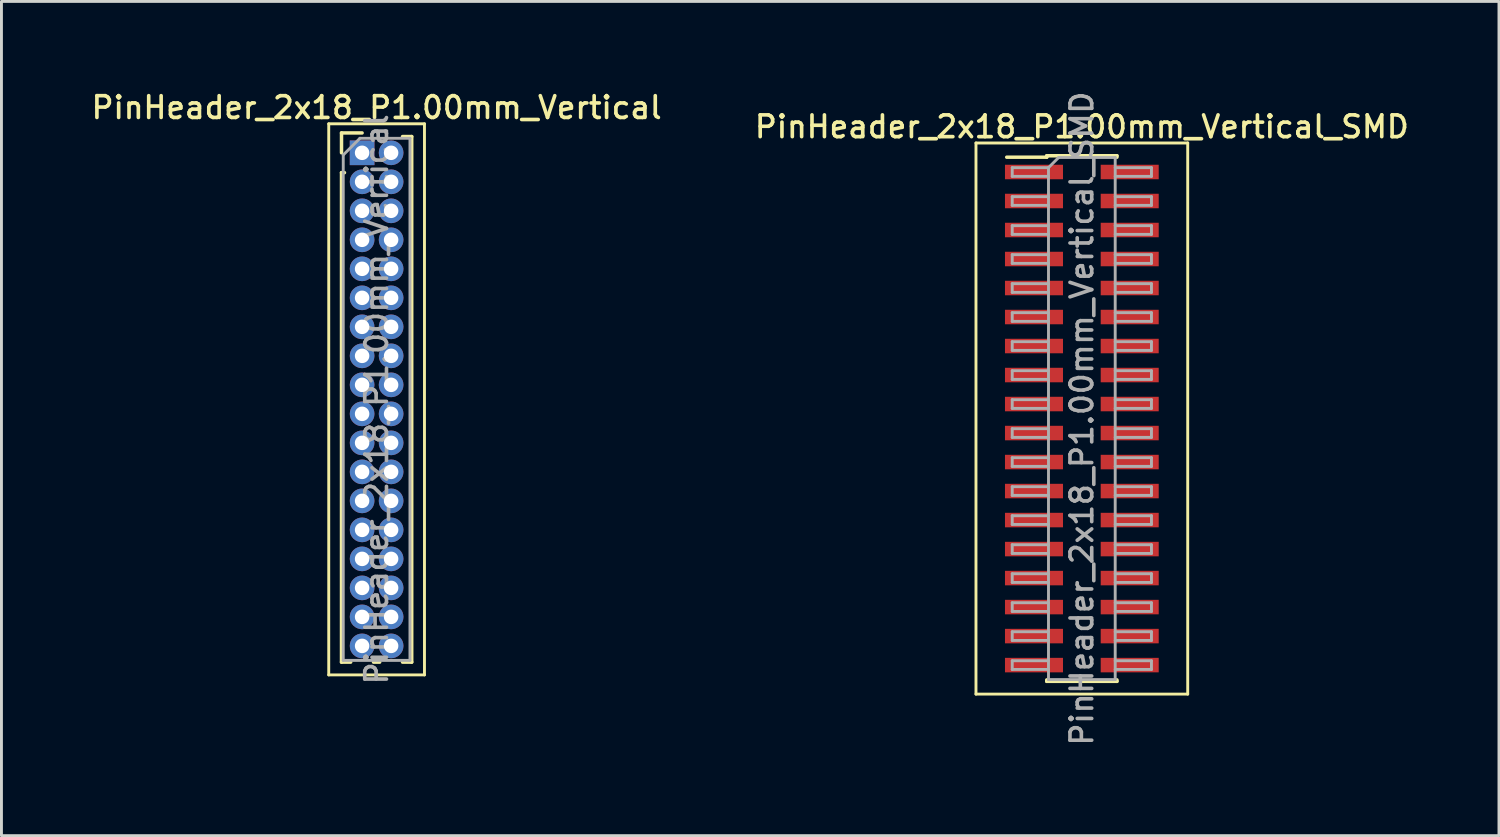
<source format=kicad_pcb>
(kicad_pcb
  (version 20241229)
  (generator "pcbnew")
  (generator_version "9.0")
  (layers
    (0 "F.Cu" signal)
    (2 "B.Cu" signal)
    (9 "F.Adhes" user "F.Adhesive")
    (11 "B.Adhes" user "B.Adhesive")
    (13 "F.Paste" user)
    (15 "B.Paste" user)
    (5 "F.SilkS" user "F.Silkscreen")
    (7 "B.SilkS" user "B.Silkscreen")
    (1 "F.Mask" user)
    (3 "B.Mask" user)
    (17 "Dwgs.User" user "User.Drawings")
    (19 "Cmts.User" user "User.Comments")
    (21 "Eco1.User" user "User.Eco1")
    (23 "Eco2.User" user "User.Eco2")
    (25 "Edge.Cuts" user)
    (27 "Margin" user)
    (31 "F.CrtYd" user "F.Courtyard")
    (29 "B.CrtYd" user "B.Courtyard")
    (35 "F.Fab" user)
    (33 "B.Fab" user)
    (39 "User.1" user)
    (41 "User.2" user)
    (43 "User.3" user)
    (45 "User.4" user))
  (footprint "PinHeader_2x18_P1.00mm_Vertical_SMD"
    (layer "F.Cu")
    (at 34.248 11.38)
    (property "Reference" "PinHeader_2x18_P1.00mm_Vertical_SMD" (at 0 -10.06 0) (layer "F.SilkS") (effects (font (size 0.75 0.75) (thickness 0.125))))
    (attr smd)
    (fp_line (start -3.65 -9.5) (end -3.65 9.5) (stroke (width 0.1) (type solid)) (layer "F.SilkS"))
    (fp_line (start -3.65 9.5) (end 3.65 9.5) (stroke (width 0.1) (type solid)) (layer "F.SilkS"))
    (fp_line (start -2.59 -9.01) (end -1.21 -9.01) (stroke (width 0.12) (type solid)) (layer "F.SilkS"))
    (fp_line (start -1.21 -9.06) (end -1.21 -9.01) (stroke (width 0.12) (type solid)) (layer "F.SilkS"))
    (fp_line (start -1.21 -9.06) (end 1.21 -9.06) (stroke (width 0.12) (type solid)) (layer "F.SilkS"))
    (fp_line (start -1.21 9.01) (end -1.21 9.06) (stroke (width 0.12) (type solid)) (layer "F.SilkS"))
    (fp_line (start -1.21 9.06) (end 1.21 9.06) (stroke (width 0.12) (type solid)) (layer "F.SilkS"))
    (fp_line (start 1.21 -9.06) (end 1.21 -9.01) (stroke (width 0.12) (type solid)) (layer "F.SilkS"))
    (fp_line (start 1.21 9.01) (end 1.21 9.06) (stroke (width 0.12) (type solid)) (layer "F.SilkS"))
    (fp_line (start 3.65 -9.5) (end -3.65 -9.5) (stroke (width 0.1) (type solid)) (layer "F.SilkS"))
    (fp_line (start 3.65 9.5) (end 3.65 -9.5) (stroke (width 0.1) (type solid)) (layer "F.SilkS"))
    (fp_line (start -2.4 -8.65) (end -2.4 -8.35) (stroke (width 0.1) (type solid)) (layer "F.Fab"))
    (fp_line (start -2.4 -8.35) (end -1.15 -8.35) (stroke (width 0.1) (type solid)) (layer "F.Fab"))
    (fp_line (start -2.4 -7.65) (end -2.4 -7.35) (stroke (width 0.1) (type solid)) (layer "F.Fab"))
    (fp_line (start -2.4 -7.35) (end -1.15 -7.35) (stroke (width 0.1) (type solid)) (layer "F.Fab"))
    (fp_line (start -2.4 -6.65) (end -2.4 -6.35) (stroke (width 0.1) (type solid)) (layer "F.Fab"))
    (fp_line (start -2.4 -6.35) (end -1.15 -6.35) (stroke (width 0.1) (type solid)) (layer "F.Fab"))
    (fp_line (start -2.4 -5.65) (end -2.4 -5.35) (stroke (width 0.1) (type solid)) (layer "F.Fab"))
    (fp_line (start -2.4 -5.35) (end -1.15 -5.35) (stroke (width 0.1) (type solid)) (layer "F.Fab"))
    (fp_line (start -2.4 -4.65) (end -2.4 -4.35) (stroke (width 0.1) (type solid)) (layer "F.Fab"))
    (fp_line (start -2.4 -4.35) (end -1.15 -4.35) (stroke (width 0.1) (type solid)) (layer "F.Fab"))
    (fp_line (start -2.4 -3.65) (end -2.4 -3.35) (stroke (width 0.1) (type solid)) (layer "F.Fab"))
    (fp_line (start -2.4 -3.35) (end -1.15 -3.35) (stroke (width 0.1) (type solid)) (layer "F.Fab"))
    (fp_line (start -2.4 -2.65) (end -2.4 -2.35) (stroke (width 0.1) (type solid)) (layer "F.Fab"))
    (fp_line (start -2.4 -2.35) (end -1.15 -2.35) (stroke (width 0.1) (type solid)) (layer "F.Fab"))
    (fp_line (start -2.4 -1.65) (end -2.4 -1.35) (stroke (width 0.1) (type solid)) (layer "F.Fab"))
    (fp_line (start -2.4 -1.35) (end -1.15 -1.35) (stroke (width 0.1) (type solid)) (layer "F.Fab"))
    (fp_line (start -2.4 -0.65) (end -2.4 -0.35) (stroke (width 0.1) (type solid)) (layer "F.Fab"))
    (fp_line (start -2.4 -0.35) (end -1.15 -0.35) (stroke (width 0.1) (type solid)) (layer "F.Fab"))
    (fp_line (start -2.4 0.35) (end -2.4 0.65) (stroke (width 0.1) (type solid)) (layer "F.Fab"))
    (fp_line (start -2.4 0.65) (end -1.15 0.65) (stroke (width 0.1) (type solid)) (layer "F.Fab"))
    (fp_line (start -2.4 1.35) (end -2.4 1.65) (stroke (width 0.1) (type solid)) (layer "F.Fab"))
    (fp_line (start -2.4 1.65) (end -1.15 1.65) (stroke (width 0.1) (type solid)) (layer "F.Fab"))
    (fp_line (start -2.4 2.35) (end -2.4 2.65) (stroke (width 0.1) (type solid)) (layer "F.Fab"))
    (fp_line (start -2.4 2.65) (end -1.15 2.65) (stroke (width 0.1) (type solid)) (layer "F.Fab"))
    (fp_line (start -2.4 3.35) (end -2.4 3.65) (stroke (width 0.1) (type solid)) (layer "F.Fab"))
    (fp_line (start -2.4 3.65) (end -1.15 3.65) (stroke (width 0.1) (type solid)) (layer "F.Fab"))
    (fp_line (start -2.4 4.35) (end -2.4 4.65) (stroke (width 0.1) (type solid)) (layer "F.Fab"))
    (fp_line (start -2.4 4.65) (end -1.15 4.65) (stroke (width 0.1) (type solid)) (layer "F.Fab"))
    (fp_line (start -2.4 5.35) (end -2.4 5.65) (stroke (width 0.1) (type solid)) (layer "F.Fab"))
    (fp_line (start -2.4 5.65) (end -1.15 5.65) (stroke (width 0.1) (type solid)) (layer "F.Fab"))
    (fp_line (start -2.4 6.35) (end -2.4 6.65) (stroke (width 0.1) (type solid)) (layer "F.Fab"))
    (fp_line (start -2.4 6.65) (end -1.15 6.65) (stroke (width 0.1) (type solid)) (layer "F.Fab"))
    (fp_line (start -2.4 7.35) (end -2.4 7.65) (stroke (width 0.1) (type solid)) (layer "F.Fab"))
    (fp_line (start -2.4 7.65) (end -1.15 7.65) (stroke (width 0.1) (type solid)) (layer "F.Fab"))
    (fp_line (start -2.4 8.35) (end -2.4 8.65) (stroke (width 0.1) (type solid)) (layer "F.Fab"))
    (fp_line (start -2.4 8.65) (end -1.15 8.65) (stroke (width 0.1) (type solid)) (layer "F.Fab"))
    (fp_line (start -1.15 -8.65) (end -2.4 -8.65) (stroke (width 0.1) (type solid)) (layer "F.Fab"))
    (fp_line (start -1.15 -8.65) (end -0.8 -9) (stroke (width 0.1) (type solid)) (layer "F.Fab"))
    (fp_line (start -1.15 -7.65) (end -2.4 -7.65) (stroke (width 0.1) (type solid)) (layer "F.Fab"))
    (fp_line (start -1.15 -6.65) (end -2.4 -6.65) (stroke (width 0.1) (type solid)) (layer "F.Fab"))
    (fp_line (start -1.15 -5.65) (end -2.4 -5.65) (stroke (width 0.1) (type solid)) (layer "F.Fab"))
    (fp_line (start -1.15 -4.65) (end -2.4 -4.65) (stroke (width 0.1) (type solid)) (layer "F.Fab"))
    (fp_line (start -1.15 -3.65) (end -2.4 -3.65) (stroke (width 0.1) (type solid)) (layer "F.Fab"))
    (fp_line (start -1.15 -2.65) (end -2.4 -2.65) (stroke (width 0.1) (type solid)) (layer "F.Fab"))
    (fp_line (start -1.15 -1.65) (end -2.4 -1.65) (stroke (width 0.1) (type solid)) (layer "F.Fab"))
    (fp_line (start -1.15 -0.65) (end -2.4 -0.65) (stroke (width 0.1) (type solid)) (layer "F.Fab"))
    (fp_line (start -1.15 0.35) (end -2.4 0.35) (stroke (width 0.1) (type solid)) (layer "F.Fab"))
    (fp_line (start -1.15 1.35) (end -2.4 1.35) (stroke (width 0.1) (type solid)) (layer "F.Fab"))
    (fp_line (start -1.15 2.35) (end -2.4 2.35) (stroke (width 0.1) (type solid)) (layer "F.Fab"))
    (fp_line (start -1.15 3.35) (end -2.4 3.35) (stroke (width 0.1) (type solid)) (layer "F.Fab"))
    (fp_line (start -1.15 4.35) (end -2.4 4.35) (stroke (width 0.1) (type solid)) (layer "F.Fab"))
    (fp_line (start -1.15 5.35) (end -2.4 5.35) (stroke (width 0.1) (type solid)) (layer "F.Fab"))
    (fp_line (start -1.15 6.35) (end -2.4 6.35) (stroke (width 0.1) (type solid)) (layer "F.Fab"))
    (fp_line (start -1.15 7.35) (end -2.4 7.35) (stroke (width 0.1) (type solid)) (layer "F.Fab"))
    (fp_line (start -1.15 8.35) (end -2.4 8.35) (stroke (width 0.1) (type solid)) (layer "F.Fab"))
    (fp_line (start -1.15 9) (end -1.15 -8.65) (stroke (width 0.1) (type solid)) (layer "F.Fab"))
    (fp_line (start -0.8 -9) (end 1.15 -9) (stroke (width 0.1) (type solid)) (layer "F.Fab"))
    (fp_line (start 1.15 -9) (end 1.15 9) (stroke (width 0.1) (type solid)) (layer "F.Fab"))
    (fp_line (start 1.15 -8.65) (end 2.4 -8.65) (stroke (width 0.1) (type solid)) (layer "F.Fab"))
    (fp_line (start 1.15 -7.65) (end 2.4 -7.65) (stroke (width 0.1) (type solid)) (layer "F.Fab"))
    (fp_line (start 1.15 -6.65) (end 2.4 -6.65) (stroke (width 0.1) (type solid)) (layer "F.Fab"))
    (fp_line (start 1.15 -5.65) (end 2.4 -5.65) (stroke (width 0.1) (type solid)) (layer "F.Fab"))
    (fp_line (start 1.15 -4.65) (end 2.4 -4.65) (stroke (width 0.1) (type solid)) (layer "F.Fab"))
    (fp_line (start 1.15 -3.65) (end 2.4 -3.65) (stroke (width 0.1) (type solid)) (layer "F.Fab"))
    (fp_line (start 1.15 -2.65) (end 2.4 -2.65) (stroke (width 0.1) (type solid)) (layer "F.Fab"))
    (fp_line (start 1.15 -1.65) (end 2.4 -1.65) (stroke (width 0.1) (type solid)) (layer "F.Fab"))
    (fp_line (start 1.15 -0.65) (end 2.4 -0.65) (stroke (width 0.1) (type solid)) (layer "F.Fab"))
    (fp_line (start 1.15 0.35) (end 2.4 0.35) (stroke (width 0.1) (type solid)) (layer "F.Fab"))
    (fp_line (start 1.15 1.35) (end 2.4 1.35) (stroke (width 0.1) (type solid)) (layer "F.Fab"))
    (fp_line (start 1.15 2.35) (end 2.4 2.35) (stroke (width 0.1) (type solid)) (layer "F.Fab"))
    (fp_line (start 1.15 3.35) (end 2.4 3.35) (stroke (width 0.1) (type solid)) (layer "F.Fab"))
    (fp_line (start 1.15 4.35) (end 2.4 4.35) (stroke (width 0.1) (type solid)) (layer "F.Fab"))
    (fp_line (start 1.15 5.35) (end 2.4 5.35) (stroke (width 0.1) (type solid)) (layer "F.Fab"))
    (fp_line (start 1.15 6.35) (end 2.4 6.35) (stroke (width 0.1) (type solid)) (layer "F.Fab"))
    (fp_line (start 1.15 7.35) (end 2.4 7.35) (stroke (width 0.1) (type solid)) (layer "F.Fab"))
    (fp_line (start 1.15 8.35) (end 2.4 8.35) (stroke (width 0.1) (type solid)) (layer "F.Fab"))
    (fp_line (start 1.15 9) (end -1.15 9) (stroke (width 0.1) (type solid)) (layer "F.Fab"))
    (fp_line (start 2.4 -8.65) (end 2.4 -8.35) (stroke (width 0.1) (type solid)) (layer "F.Fab"))
    (fp_line (start 2.4 -8.35) (end 1.15 -8.35) (stroke (width 0.1) (type solid)) (layer "F.Fab"))
    (fp_line (start 2.4 -7.65) (end 2.4 -7.35) (stroke (width 0.1) (type solid)) (layer "F.Fab"))
    (fp_line (start 2.4 -7.35) (end 1.15 -7.35) (stroke (width 0.1) (type solid)) (layer "F.Fab"))
    (fp_line (start 2.4 -6.65) (end 2.4 -6.35) (stroke (width 0.1) (type solid)) (layer "F.Fab"))
    (fp_line (start 2.4 -6.35) (end 1.15 -6.35) (stroke (width 0.1) (type solid)) (layer "F.Fab"))
    (fp_line (start 2.4 -5.65) (end 2.4 -5.35) (stroke (width 0.1) (type solid)) (layer "F.Fab"))
    (fp_line (start 2.4 -5.35) (end 1.15 -5.35) (stroke (width 0.1) (type solid)) (layer "F.Fab"))
    (fp_line (start 2.4 -4.65) (end 2.4 -4.35) (stroke (width 0.1) (type solid)) (layer "F.Fab"))
    (fp_line (start 2.4 -4.35) (end 1.15 -4.35) (stroke (width 0.1) (type solid)) (layer "F.Fab"))
    (fp_line (start 2.4 -3.65) (end 2.4 -3.35) (stroke (width 0.1) (type solid)) (layer "F.Fab"))
    (fp_line (start 2.4 -3.35) (end 1.15 -3.35) (stroke (width 0.1) (type solid)) (layer "F.Fab"))
    (fp_line (start 2.4 -2.65) (end 2.4 -2.35) (stroke (width 0.1) (type solid)) (layer "F.Fab"))
    (fp_line (start 2.4 -2.35) (end 1.15 -2.35) (stroke (width 0.1) (type solid)) (layer "F.Fab"))
    (fp_line (start 2.4 -1.65) (end 2.4 -1.35) (stroke (width 0.1) (type solid)) (layer "F.Fab"))
    (fp_line (start 2.4 -1.35) (end 1.15 -1.35) (stroke (width 0.1) (type solid)) (layer "F.Fab"))
    (fp_line (start 2.4 -0.65) (end 2.4 -0.35) (stroke (width 0.1) (type solid)) (layer "F.Fab"))
    (fp_line (start 2.4 -0.35) (end 1.15 -0.35) (stroke (width 0.1) (type solid)) (layer "F.Fab"))
    (fp_line (start 2.4 0.35) (end 2.4 0.65) (stroke (width 0.1) (type solid)) (layer "F.Fab"))
    (fp_line (start 2.4 0.65) (end 1.15 0.65) (stroke (width 0.1) (type solid)) (layer "F.Fab"))
    (fp_line (start 2.4 1.35) (end 2.4 1.65) (stroke (width 0.1) (type solid)) (layer "F.Fab"))
    (fp_line (start 2.4 1.65) (end 1.15 1.65) (stroke (width 0.1) (type solid)) (layer "F.Fab"))
    (fp_line (start 2.4 2.35) (end 2.4 2.65) (stroke (width 0.1) (type solid)) (layer "F.Fab"))
    (fp_line (start 2.4 2.65) (end 1.15 2.65) (stroke (width 0.1) (type solid)) (layer "F.Fab"))
    (fp_line (start 2.4 3.35) (end 2.4 3.65) (stroke (width 0.1) (type solid)) (layer "F.Fab"))
    (fp_line (start 2.4 3.65) (end 1.15 3.65) (stroke (width 0.1) (type solid)) (layer "F.Fab"))
    (fp_line (start 2.4 4.35) (end 2.4 4.65) (stroke (width 0.1) (type solid)) (layer "F.Fab"))
    (fp_line (start 2.4 4.65) (end 1.15 4.65) (stroke (width 0.1) (type solid)) (layer "F.Fab"))
    (fp_line (start 2.4 5.35) (end 2.4 5.65) (stroke (width 0.1) (type solid)) (layer "F.Fab"))
    (fp_line (start 2.4 5.65) (end 1.15 5.65) (stroke (width 0.1) (type solid)) (layer "F.Fab"))
    (fp_line (start 2.4 6.35) (end 2.4 6.65) (stroke (width 0.1) (type solid)) (layer "F.Fab"))
    (fp_line (start 2.4 6.65) (end 1.15 6.65) (stroke (width 0.1) (type solid)) (layer "F.Fab"))
    (fp_line (start 2.4 7.35) (end 2.4 7.65) (stroke (width 0.1) (type solid)) (layer "F.Fab"))
    (fp_line (start 2.4 7.65) (end 1.15 7.65) (stroke (width 0.1) (type solid)) (layer "F.Fab"))
    (fp_line (start 2.4 8.35) (end 2.4 8.65) (stroke (width 0.1) (type solid)) (layer "F.Fab"))
    (fp_line (start 2.4 8.65) (end 1.15 8.65) (stroke (width 0.1) (type solid)) (layer "F.Fab"))
    (fp_text user "${REFERENCE}" (at 0 0 90) (layer "F.Fab") (effects (font (size 0.75 0.75) (thickness 0.125))))
    (pad "1" smd rect (at -1.65 -8.5) (size 2 0.5) (layers "F.Cu" "F.Mask" "F.Paste"))
    (pad "2" smd rect (at 1.65 -8.5) (size 2 0.5) (layers "F.Cu" "F.Mask" "F.Paste"))
    (pad "3" smd rect (at -1.65 -7.5) (size 2 0.5) (layers "F.Cu" "F.Mask" "F.Paste"))
    (pad "4" smd rect (at 1.65 -7.5) (size 2 0.5) (layers "F.Cu" "F.Mask" "F.Paste"))
    (pad "5" smd rect (at -1.65 -6.5) (size 2 0.5) (layers "F.Cu" "F.Mask" "F.Paste"))
    (pad "6" smd rect (at 1.65 -6.5) (size 2 0.5) (layers "F.Cu" "F.Mask" "F.Paste"))
    (pad "7" smd rect (at -1.65 -5.5) (size 2 0.5) (layers "F.Cu" "F.Mask" "F.Paste"))
    (pad "8" smd rect (at 1.65 -5.5) (size 2 0.5) (layers "F.Cu" "F.Mask" "F.Paste"))
    (pad "9" smd rect (at -1.65 -4.5) (size 2 0.5) (layers "F.Cu" "F.Mask" "F.Paste"))
    (pad "10" smd rect (at 1.65 -4.5) (size 2 0.5) (layers "F.Cu" "F.Mask" "F.Paste"))
    (pad "11" smd rect (at -1.65 -3.5) (size 2 0.5) (layers "F.Cu" "F.Mask" "F.Paste"))
    (pad "12" smd rect (at 1.65 -3.5) (size 2 0.5) (layers "F.Cu" "F.Mask" "F.Paste"))
    (pad "13" smd rect (at -1.65 -2.5) (size 2 0.5) (layers "F.Cu" "F.Mask" "F.Paste"))
    (pad "14" smd rect (at 1.65 -2.5) (size 2 0.5) (layers "F.Cu" "F.Mask" "F.Paste"))
    (pad "15" smd rect (at -1.65 -1.5) (size 2 0.5) (layers "F.Cu" "F.Mask" "F.Paste"))
    (pad "16" smd rect (at 1.65 -1.5) (size 2 0.5) (layers "F.Cu" "F.Mask" "F.Paste"))
    (pad "17" smd rect (at -1.65 -0.5) (size 2 0.5) (layers "F.Cu" "F.Mask" "F.Paste"))
    (pad "18" smd rect (at 1.65 -0.5) (size 2 0.5) (layers "F.Cu" "F.Mask" "F.Paste"))
    (pad "19" smd rect (at -1.65 0.5) (size 2 0.5) (layers "F.Cu" "F.Mask" "F.Paste"))
    (pad "20" smd rect (at 1.65 0.5) (size 2 0.5) (layers "F.Cu" "F.Mask" "F.Paste"))
    (pad "21" smd rect (at -1.65 1.5) (size 2 0.5) (layers "F.Cu" "F.Mask" "F.Paste"))
    (pad "22" smd rect (at 1.65 1.5) (size 2 0.5) (layers "F.Cu" "F.Mask" "F.Paste"))
    (pad "23" smd rect (at -1.65 2.5) (size 2 0.5) (layers "F.Cu" "F.Mask" "F.Paste"))
    (pad "24" smd rect (at 1.65 2.5) (size 2 0.5) (layers "F.Cu" "F.Mask" "F.Paste"))
    (pad "25" smd rect (at -1.65 3.5) (size 2 0.5) (layers "F.Cu" "F.Mask" "F.Paste"))
    (pad "26" smd rect (at 1.65 3.5) (size 2 0.5) (layers "F.Cu" "F.Mask" "F.Paste"))
    (pad "27" smd rect (at -1.65 4.5) (size 2 0.5) (layers "F.Cu" "F.Mask" "F.Paste"))
    (pad "28" smd rect (at 1.65 4.5) (size 2 0.5) (layers "F.Cu" "F.Mask" "F.Paste"))
    (pad "29" smd rect (at -1.65 5.5) (size 2 0.5) (layers "F.Cu" "F.Mask" "F.Paste"))
    (pad "30" smd rect (at 1.65 5.5) (size 2 0.5) (layers "F.Cu" "F.Mask" "F.Paste"))
    (pad "31" smd rect (at -1.65 6.5) (size 2 0.5) (layers "F.Cu" "F.Mask" "F.Paste"))
    (pad "32" smd rect (at 1.65 6.5) (size 2 0.5) (layers "F.Cu" "F.Mask" "F.Paste"))
    (pad "33" smd rect (at -1.65 7.5) (size 2 0.5) (layers "F.Cu" "F.Mask" "F.Paste"))
    (pad "34" smd rect (at 1.65 7.5) (size 2 0.5) (layers "F.Cu" "F.Mask" "F.Paste"))
    (pad "35" smd rect (at -1.65 8.5) (size 2 0.5) (layers "F.Cu" "F.Mask" "F.Paste"))
    (pad "36" smd rect (at 1.65 8.5) (size 2 0.5) (layers "F.Cu" "F.Mask" "F.Paste")))
  (footprint "PinHeader_2x18_P1.00mm_Vertical"
    (layer "F.Cu")
    (at 9.434 2.218)
    (property "Reference" "PinHeader_2x18_P1.00mm_Vertical" (at 0.5 -1.56 0) (layer "F.SilkS") (effects (font (size 0.75 0.75) (thickness 0.125))))
    (attr through_hole)
    (fp_line (start -1.15 -1) (end -1.15 18) (stroke (width 0.1) (type solid)) (layer "F.SilkS"))
    (fp_line (start -1.15 18) (end 2.15 18) (stroke (width 0.1) (type solid)) (layer "F.SilkS"))
    (fp_line (start -0.71 -0.685) (end 0 -0.685) (stroke (width 0.12) (type solid)) (layer "F.SilkS"))
    (fp_line (start -0.71 0) (end -0.71 -0.685) (stroke (width 0.12) (type solid)) (layer "F.SilkS"))
    (fp_line (start -0.71 0.685) (end -0.71 17.56) (stroke (width 0.12) (type solid)) (layer "F.SilkS"))
    (fp_line (start -0.71 0.685) (end -0.608 0.685) (stroke (width 0.12) (type solid)) (layer "F.SilkS"))
    (fp_line (start -0.71 17.56) (end -0.394 17.56) (stroke (width 0.12) (type solid)) (layer "F.SilkS"))
    (fp_line (start 0.394 17.56) (end 0.606 17.56) (stroke (width 0.12) (type solid)) (layer "F.SilkS"))
    (fp_line (start 1.394 -0.56) (end 1.71 -0.56) (stroke (width 0.12) (type solid)) (layer "F.SilkS"))
    (fp_line (start 1.394 17.56) (end 1.71 17.56) (stroke (width 0.12) (type solid)) (layer "F.SilkS"))
    (fp_line (start 1.71 -0.56) (end 1.71 17.56) (stroke (width 0.12) (type solid)) (layer "F.SilkS"))
    (fp_line (start 2.15 -1) (end -1.15 -1) (stroke (width 0.1) (type solid)) (layer "F.SilkS"))
    (fp_line (start 2.15 18) (end 2.15 -1) (stroke (width 0.1) (type solid)) (layer "F.SilkS"))
    (fp_line (start -0.65 0.075) (end -0.075 -0.5) (stroke (width 0.1) (type solid)) (layer "F.Fab"))
    (fp_line (start -0.65 17.5) (end -0.65 0.075) (stroke (width 0.1) (type solid)) (layer "F.Fab"))
    (fp_line (start -0.075 -0.5) (end 1.65 -0.5) (stroke (width 0.1) (type solid)) (layer "F.Fab"))
    (fp_line (start 1.65 -0.5) (end 1.65 17.5) (stroke (width 0.1) (type solid)) (layer "F.Fab"))
    (fp_line (start 1.65 17.5) (end -0.65 17.5) (stroke (width 0.1) (type solid)) (layer "F.Fab"))
    (fp_text user "${REFERENCE}" (at 0.5 8.5 90) (layer "F.Fab") (effects (font (size 0.75 0.75) (thickness 0.125))))
    (pad "1" thru_hole rect (at 0 0) (size 0.85 0.85) (drill 0.5) (layers "*.Cu" "*.Mask"))
    (pad "2" thru_hole oval (at 1 0) (size 0.85 0.85) (drill 0.5) (layers "*.Cu" "*.Mask"))
    (pad "3" thru_hole oval (at 0 1) (size 0.85 0.85) (drill 0.5) (layers "*.Cu" "*.Mask"))
    (pad "4" thru_hole oval (at 1 1) (size 0.85 0.85) (drill 0.5) (layers "*.Cu" "*.Mask"))
    (pad "5" thru_hole oval (at 0 2) (size 0.85 0.85) (drill 0.5) (layers "*.Cu" "*.Mask"))
    (pad "6" thru_hole oval (at 1 2) (size 0.85 0.85) (drill 0.5) (layers "*.Cu" "*.Mask"))
    (pad "7" thru_hole oval (at 0 3) (size 0.85 0.85) (drill 0.5) (layers "*.Cu" "*.Mask"))
    (pad "8" thru_hole oval (at 1 3) (size 0.85 0.85) (drill 0.5) (layers "*.Cu" "*.Mask"))
    (pad "9" thru_hole oval (at 0 4) (size 0.85 0.85) (drill 0.5) (layers "*.Cu" "*.Mask"))
    (pad "10" thru_hole oval (at 1 4) (size 0.85 0.85) (drill 0.5) (layers "*.Cu" "*.Mask"))
    (pad "11" thru_hole oval (at 0 5) (size 0.85 0.85) (drill 0.5) (layers "*.Cu" "*.Mask"))
    (pad "12" thru_hole oval (at 1 5) (size 0.85 0.85) (drill 0.5) (layers "*.Cu" "*.Mask"))
    (pad "13" thru_hole oval (at 0 6) (size 0.85 0.85) (drill 0.5) (layers "*.Cu" "*.Mask"))
    (pad "14" thru_hole oval (at 1 6) (size 0.85 0.85) (drill 0.5) (layers "*.Cu" "*.Mask"))
    (pad "15" thru_hole oval (at 0 7) (size 0.85 0.85) (drill 0.5) (layers "*.Cu" "*.Mask"))
    (pad "16" thru_hole oval (at 1 7) (size 0.85 0.85) (drill 0.5) (layers "*.Cu" "*.Mask"))
    (pad "17" thru_hole oval (at 0 8) (size 0.85 0.85) (drill 0.5) (layers "*.Cu" "*.Mask"))
    (pad "18" thru_hole oval (at 1 8) (size 0.85 0.85) (drill 0.5) (layers "*.Cu" "*.Mask"))
    (pad "19" thru_hole oval (at 0 9) (size 0.85 0.85) (drill 0.5) (layers "*.Cu" "*.Mask"))
    (pad "20" thru_hole oval (at 1 9) (size 0.85 0.85) (drill 0.5) (layers "*.Cu" "*.Mask"))
    (pad "21" thru_hole oval (at 0 10) (size 0.85 0.85) (drill 0.5) (layers "*.Cu" "*.Mask"))
    (pad "22" thru_hole oval (at 1 10) (size 0.85 0.85) (drill 0.5) (layers "*.Cu" "*.Mask"))
    (pad "23" thru_hole oval (at 0 11) (size 0.85 0.85) (drill 0.5) (layers "*.Cu" "*.Mask"))
    (pad "24" thru_hole oval (at 1 11) (size 0.85 0.85) (drill 0.5) (layers "*.Cu" "*.Mask"))
    (pad "25" thru_hole oval (at 0 12) (size 0.85 0.85) (drill 0.5) (layers "*.Cu" "*.Mask"))
    (pad "26" thru_hole oval (at 1 12) (size 0.85 0.85) (drill 0.5) (layers "*.Cu" "*.Mask"))
    (pad "27" thru_hole oval (at 0 13) (size 0.85 0.85) (drill 0.5) (layers "*.Cu" "*.Mask"))
    (pad "28" thru_hole oval (at 1 13) (size 0.85 0.85) (drill 0.5) (layers "*.Cu" "*.Mask"))
    (pad "29" thru_hole oval (at 0 14) (size 0.85 0.85) (drill 0.5) (layers "*.Cu" "*.Mask"))
    (pad "30" thru_hole oval (at 1 14) (size 0.85 0.85) (drill 0.5) (layers "*.Cu" "*.Mask"))
    (pad "31" thru_hole oval (at 0 15) (size 0.85 0.85) (drill 0.5) (layers "*.Cu" "*.Mask"))
    (pad "32" thru_hole oval (at 1 15) (size 0.85 0.85) (drill 0.5) (layers "*.Cu" "*.Mask"))
    (pad "33" thru_hole oval (at 0 16) (size 0.85 0.85) (drill 0.5) (layers "*.Cu" "*.Mask"))
    (pad "34" thru_hole oval (at 1 16) (size 0.85 0.85) (drill 0.5) (layers "*.Cu" "*.Mask"))
    (pad "35" thru_hole oval (at 0 17) (size 0.85 0.85) (drill 0.5) (layers "*.Cu" "*.Mask"))
    (pad "36" thru_hole oval (at 1 17) (size 0.85 0.85) (drill 0.5) (layers "*.Cu" "*.Mask")))
  (gr_rect
    (start -3 -3)
    (end 48.629 25.761)
    (stroke (width 0.1) (type default))
    (fill no)
    (layer "Edge.Cuts")))
</source>
